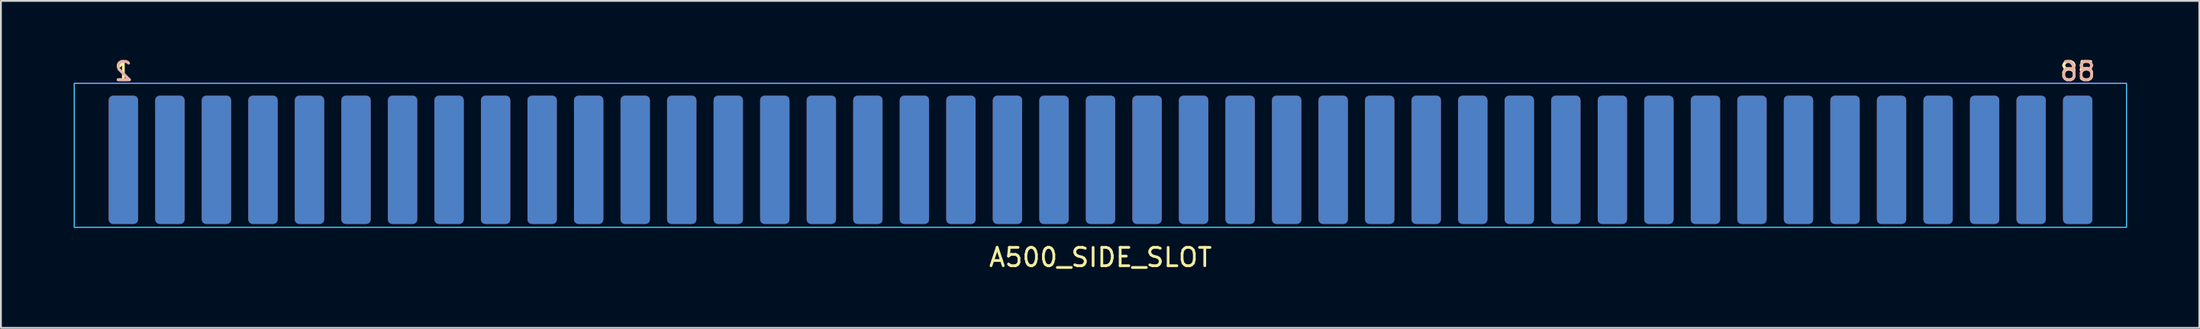
<source format=kicad_pcb>
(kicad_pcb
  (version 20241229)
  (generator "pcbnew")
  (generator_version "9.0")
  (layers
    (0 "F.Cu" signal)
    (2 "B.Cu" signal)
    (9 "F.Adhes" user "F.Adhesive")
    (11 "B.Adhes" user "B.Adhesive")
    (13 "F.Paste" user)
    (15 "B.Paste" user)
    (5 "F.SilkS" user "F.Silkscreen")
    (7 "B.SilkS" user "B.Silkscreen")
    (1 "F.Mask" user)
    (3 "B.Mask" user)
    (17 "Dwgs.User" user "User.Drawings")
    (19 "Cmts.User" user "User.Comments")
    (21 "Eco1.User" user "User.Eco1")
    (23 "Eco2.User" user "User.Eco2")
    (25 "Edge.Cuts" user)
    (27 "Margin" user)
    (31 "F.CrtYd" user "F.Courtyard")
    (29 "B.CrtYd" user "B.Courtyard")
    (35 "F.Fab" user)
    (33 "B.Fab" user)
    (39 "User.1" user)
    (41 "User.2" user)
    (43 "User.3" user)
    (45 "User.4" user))
  (footprint "A500_SIDE_SLOT"
    (layer "F.Cu")
    (at 24.004 10.5)
    (property "Reference" "A500_SIDE_SLOT" (at 33.02 0.5 0) (layer "F.SilkS") (effects (font (size 1 1) (thickness 0.15))))
    (attr smd allow_soldermask_bridges)
    (fp_rect (start -24 -8.5) (end 90 0) (stroke (width 0) (type solid)) (fill yes) (layer "F.Mask"))
    (fp_rect (start -24 -8.5) (end 90 0) (stroke (width 0) (type solid)) (fill yes) (layer "B.Mask"))
    (fp_rect (start -23 -9) (end 89.027 -1.143) (stroke (width 0.05) (type solid)) (fill no) (layer "B.CrtYd"))
    (fp_rect (start -23 -9) (end 89.027 -1.143) (stroke (width 0.05) (type default)) (fill no) (layer "F.CrtYd"))
    (fp_text user "85" (at 86.36 -9.652 0) (layer "F.SilkS") (effects (font (size 1 1) (thickness 0.15))))
    (fp_text user "1" (at -20.32 -9.652 0) (layer "F.SilkS") (effects (font (size 1 1) (thickness 0.15))))
    (fp_text user "2" (at -20.32 -9.652 0) (layer "B.SilkS") (effects (font (size 1 1) (thickness 0.15)) (justify mirror)))
    (fp_text user "86" (at 86.36 -9.652 0) (layer "B.SilkS") (effects (font (size 1 1) (thickness 0.15)) (justify mirror)))
    (pad "1" smd roundrect (at -20.32 -4.826) (size 1.6 7) (layers "F.Cu") (roundrect_rratio 0.15))
    (pad "2" smd roundrect (at -20.32 -4.826) (size 1.6 7) (layers "B.Cu") (roundrect_rratio 0.15))
    (pad "3" smd roundrect (at -17.78 -4.826) (size 1.6 7) (layers "F.Cu") (roundrect_rratio 0.15))
    (pad "4" smd roundrect (at -17.78 -4.826) (size 1.6 7) (layers "B.Cu") (roundrect_rratio 0.15))
    (pad "5" smd roundrect (at -15.24 -4.826) (size 1.6 7) (layers "F.Cu") (roundrect_rratio 0.15))
    (pad "6" smd roundrect (at -15.24 -4.826) (size 1.6 7) (layers "B.Cu") (roundrect_rratio 0.15))
    (pad "7" smd roundrect (at -12.7 -4.826) (size 1.6 7) (layers "F.Cu") (roundrect_rratio 0.15))
    (pad "8" smd roundrect (at -12.7 -4.826) (size 1.6 7) (layers "B.Cu") (roundrect_rratio 0.15))
    (pad "9" smd roundrect (at -10.16 -4.826) (size 1.6 7) (layers "F.Cu") (roundrect_rratio 0.15))
    (pad "10" smd roundrect (at -10.16 -4.826) (size 1.6 7) (layers "B.Cu") (roundrect_rratio 0.15))
    (pad "11" smd roundrect (at -7.62 -4.826) (size 1.6 7) (layers "F.Cu") (roundrect_rratio 0.15))
    (pad "12" smd roundrect (at -7.62 -4.826) (size 1.6 7) (layers "B.Cu") (roundrect_rratio 0.15))
    (pad "13" smd roundrect (at -5.08 -4.826) (size 1.6 7) (layers "F.Cu") (roundrect_rratio 0.15))
    (pad "14" smd roundrect (at -5.08 -4.826) (size 1.6 7) (layers "B.Cu") (roundrect_rratio 0.15))
    (pad "15" smd roundrect (at -2.54 -4.826) (size 1.6 7) (layers "F.Cu") (roundrect_rratio 0.15))
    (pad "16" smd roundrect (at -2.54 -4.826) (size 1.6 7) (layers "B.Cu") (roundrect_rratio 0.15))
    (pad "17" smd roundrect (at 0 -4.826) (size 1.6 7) (layers "F.Cu") (roundrect_rratio 0.15))
    (pad "18" smd roundrect (at 0 -4.826) (size 1.6 7) (layers "B.Cu") (roundrect_rratio 0.15))
    (pad "19" smd roundrect (at 2.54 -4.826) (size 1.6 7) (layers "F.Cu") (roundrect_rratio 0.15))
    (pad "20" smd roundrect (at 2.54 -4.826) (size 1.6 7) (layers "B.Cu") (roundrect_rratio 0.15))
    (pad "21" smd roundrect (at 5.08 -4.826) (size 1.6 7) (layers "F.Cu") (roundrect_rratio 0.15))
    (pad "22" smd roundrect (at 5.08 -4.826) (size 1.6 7) (layers "B.Cu") (roundrect_rratio 0.15))
    (pad "23" smd roundrect (at 7.62 -4.826) (size 1.6 7) (layers "F.Cu") (roundrect_rratio 0.15))
    (pad "24" smd roundrect (at 7.62 -4.826) (size 1.6 7) (layers "B.Cu") (roundrect_rratio 0.15))
    (pad "25" smd roundrect (at 10.16 -4.826) (size 1.6 7) (layers "F.Cu") (roundrect_rratio 0.15))
    (pad "26" smd roundrect (at 10.16 -4.826) (size 1.6 7) (layers "B.Cu") (roundrect_rratio 0.15))
    (pad "27" smd roundrect (at 12.7 -4.826) (size 1.6 7) (layers "F.Cu") (roundrect_rratio 0.15))
    (pad "28" smd roundrect (at 12.7 -4.826) (size 1.6 7) (layers "B.Cu") (roundrect_rratio 0.15))
    (pad "29" smd roundrect (at 15.24 -4.826) (size 1.6 7) (layers "F.Cu") (roundrect_rratio 0.15))
    (pad "30" smd roundrect (at 15.24 -4.826) (size 1.6 7) (layers "B.Cu") (roundrect_rratio 0.15))
    (pad "31" smd roundrect (at 17.78 -4.826) (size 1.6 7) (layers "F.Cu") (roundrect_rratio 0.15))
    (pad "32" smd roundrect (at 17.78 -4.826) (size 1.6 7) (layers "B.Cu") (roundrect_rratio 0.15))
    (pad "33" smd roundrect (at 20.32 -4.826) (size 1.6 7) (layers "F.Cu") (roundrect_rratio 0.15))
    (pad "34" smd roundrect (at 20.32 -4.826) (size 1.6 7) (layers "B.Cu") (roundrect_rratio 0.15))
    (pad "35" smd roundrect (at 22.86 -4.826) (size 1.6 7) (layers "F.Cu") (roundrect_rratio 0.15))
    (pad "36" smd roundrect (at 22.86 -4.826) (size 1.6 7) (layers "B.Cu") (roundrect_rratio 0.15))
    (pad "37" smd roundrect (at 25.4 -4.826) (size 1.6 7) (layers "F.Cu") (roundrect_rratio 0.15))
    (pad "38" smd roundrect (at 25.4 -4.826) (size 1.6 7) (layers "B.Cu") (roundrect_rratio 0.15))
    (pad "39" smd roundrect (at 27.94 -4.826) (size 1.6 7) (layers "F.Cu") (roundrect_rratio 0.15))
    (pad "40" smd roundrect (at 27.94 -4.826) (size 1.6 7) (layers "B.Cu") (roundrect_rratio 0.15))
    (pad "41" smd roundrect (at 30.48 -4.826) (size 1.6 7) (layers "F.Cu") (roundrect_rratio 0.15))
    (pad "42" smd roundrect (at 30.48 -4.826) (size 1.6 7) (layers "B.Cu") (roundrect_rratio 0.15))
    (pad "43" smd roundrect (at 33.02 -4.826) (size 1.6 7) (layers "F.Cu") (roundrect_rratio 0.15))
    (pad "44" smd roundrect (at 33.02 -4.826) (size 1.6 7) (layers "B.Cu") (roundrect_rratio 0.15))
    (pad "45" smd roundrect (at 35.56 -4.826) (size 1.6 7) (layers "F.Cu") (roundrect_rratio 0.15))
    (pad "46" smd roundrect (at 35.56 -4.826) (size 1.6 7) (layers "B.Cu") (roundrect_rratio 0.15))
    (pad "47" smd roundrect (at 38.1 -4.826) (size 1.6 7) (layers "F.Cu") (roundrect_rratio 0.15))
    (pad "48" smd roundrect (at 38.1 -4.826) (size 1.6 7) (layers "B.Cu") (roundrect_rratio 0.15))
    (pad "49" smd roundrect (at 40.64 -4.826) (size 1.6 7) (layers "F.Cu") (roundrect_rratio 0.15))
    (pad "50" smd roundrect (at 40.64 -4.826) (size 1.6 7) (layers "B.Cu") (roundrect_rratio 0.15))
    (pad "51" smd roundrect (at 43.18 -4.826) (size 1.6 7) (layers "F.Cu") (roundrect_rratio 0.15))
    (pad "52" smd roundrect (at 43.18 -4.826) (size 1.6 7) (layers "B.Cu") (roundrect_rratio 0.15))
    (pad "53" smd roundrect (at 45.72 -4.826) (size 1.6 7) (layers "F.Cu") (roundrect_rratio 0.15))
    (pad "54" smd roundrect (at 45.72 -4.826) (size 1.6 7) (layers "B.Cu") (roundrect_rratio 0.15))
    (pad "55" smd roundrect (at 48.26 -4.826) (size 1.6 7) (layers "F.Cu") (roundrect_rratio 0.15))
    (pad "56" smd roundrect (at 48.26 -4.826) (size 1.6 7) (layers "B.Cu") (roundrect_rratio 0.15))
    (pad "57" smd roundrect (at 50.8 -4.826) (size 1.6 7) (layers "F.Cu") (roundrect_rratio 0.15))
    (pad "58" smd roundrect (at 50.8 -4.826) (size 1.6 7) (layers "B.Cu") (roundrect_rratio 0.15))
    (pad "59" smd roundrect (at 53.34 -4.826) (size 1.6 7) (layers "F.Cu") (roundrect_rratio 0.15))
    (pad "60" smd roundrect (at 53.34 -4.826) (size 1.6 7) (layers "B.Cu") (roundrect_rratio 0.15))
    (pad "61" smd roundrect (at 55.88 -4.826) (size 1.6 7) (layers "F.Cu") (roundrect_rratio 0.15))
    (pad "62" smd roundrect (at 55.88 -4.826) (size 1.6 7) (layers "B.Cu") (roundrect_rratio 0.15))
    (pad "63" smd roundrect (at 58.42 -4.826) (size 1.6 7) (layers "F.Cu") (roundrect_rratio 0.15))
    (pad "64" smd roundrect (at 58.42 -4.826) (size 1.6 7) (layers "B.Cu") (roundrect_rratio 0.15))
    (pad "65" smd roundrect (at 60.96 -4.826) (size 1.6 7) (layers "F.Cu") (roundrect_rratio 0.15))
    (pad "66" smd roundrect (at 60.96 -4.826) (size 1.6 7) (layers "B.Cu") (roundrect_rratio 0.15))
    (pad "67" smd roundrect (at 63.5 -4.826) (size 1.6 7) (layers "F.Cu") (roundrect_rratio 0.15))
    (pad "68" smd roundrect (at 63.5 -4.826) (size 1.6 7) (layers "B.Cu") (roundrect_rratio 0.15))
    (pad "69" smd roundrect (at 66.04 -4.826) (size 1.6 7) (layers "F.Cu") (roundrect_rratio 0.15))
    (pad "70" smd roundrect (at 66.04 -4.826) (size 1.6 7) (layers "B.Cu") (roundrect_rratio 0.15))
    (pad "71" smd roundrect (at 68.58 -4.826) (size 1.6 7) (layers "F.Cu") (roundrect_rratio 0.15))
    (pad "72" smd roundrect (at 68.58 -4.826) (size 1.6 7) (layers "B.Cu") (roundrect_rratio 0.15))
    (pad "73" smd roundrect (at 71.12 -4.826) (size 1.6 7) (layers "F.Cu") (roundrect_rratio 0.15))
    (pad "74" smd roundrect (at 71.12 -4.826) (size 1.6 7) (layers "B.Cu") (roundrect_rratio 0.15))
    (pad "75" smd roundrect (at 73.66 -4.826) (size 1.6 7) (layers "F.Cu") (roundrect_rratio 0.15))
    (pad "76" smd roundrect (at 73.66 -4.826) (size 1.6 7) (layers "B.Cu") (roundrect_rratio 0.15))
    (pad "77" smd roundrect (at 76.2 -4.826) (size 1.6 7) (layers "F.Cu") (roundrect_rratio 0.15))
    (pad "78" smd roundrect (at 76.2 -4.826) (size 1.6 7) (layers "B.Cu") (roundrect_rratio 0.15))
    (pad "79" smd roundrect (at 78.74 -4.826) (size 1.6 7) (layers "F.Cu") (roundrect_rratio 0.15))
    (pad "80" smd roundrect (at 78.74 -4.826) (size 1.6 7) (layers "B.Cu") (roundrect_rratio 0.15))
    (pad "81" smd roundrect (at 81.28 -4.826) (size 1.6 7) (layers "F.Cu") (roundrect_rratio 0.15))
    (pad "82" smd roundrect (at 81.28 -4.826) (size 1.6 7) (layers "B.Cu") (roundrect_rratio 0.15))
    (pad "83" smd roundrect (at 83.82 -4.826) (size 1.6 7) (layers "F.Cu") (roundrect_rratio 0.15))
    (pad "84" smd roundrect (at 83.82 -4.826) (size 1.6 7) (layers "B.Cu") (roundrect_rratio 0.15))
    (pad "85" smd roundrect (at 86.36 -4.826) (size 1.6 7) (layers "F.Cu") (roundrect_rratio 0.15))
    (pad "86" smd roundrect (at 86.36 -4.826) (size 1.6 7) (layers "B.Cu") (roundrect_rratio 0.15))
    (zone (net_name "") (layers "F.Cu" "B.Cu") (hatch edge 0.5) (connect_pads) (min_thickness 0.25) (filled_areas_thickness no) (keepout (tracks allowed) (vias allowed) (pads allowed) (copperpour not_allowed) (footprints allowed)) (placement (enabled no)) (fill) (polygon (pts (xy 114 1.7) (xy 114 10.4) (xy 0 10.4) (xy 0 1.7)))))
  (gr_rect
    (start -3 -3)
    (end 117.004 14.848)
    (stroke (width 0.1) (type default))
    (fill no)
    (layer "Edge.Cuts")))
</source>
